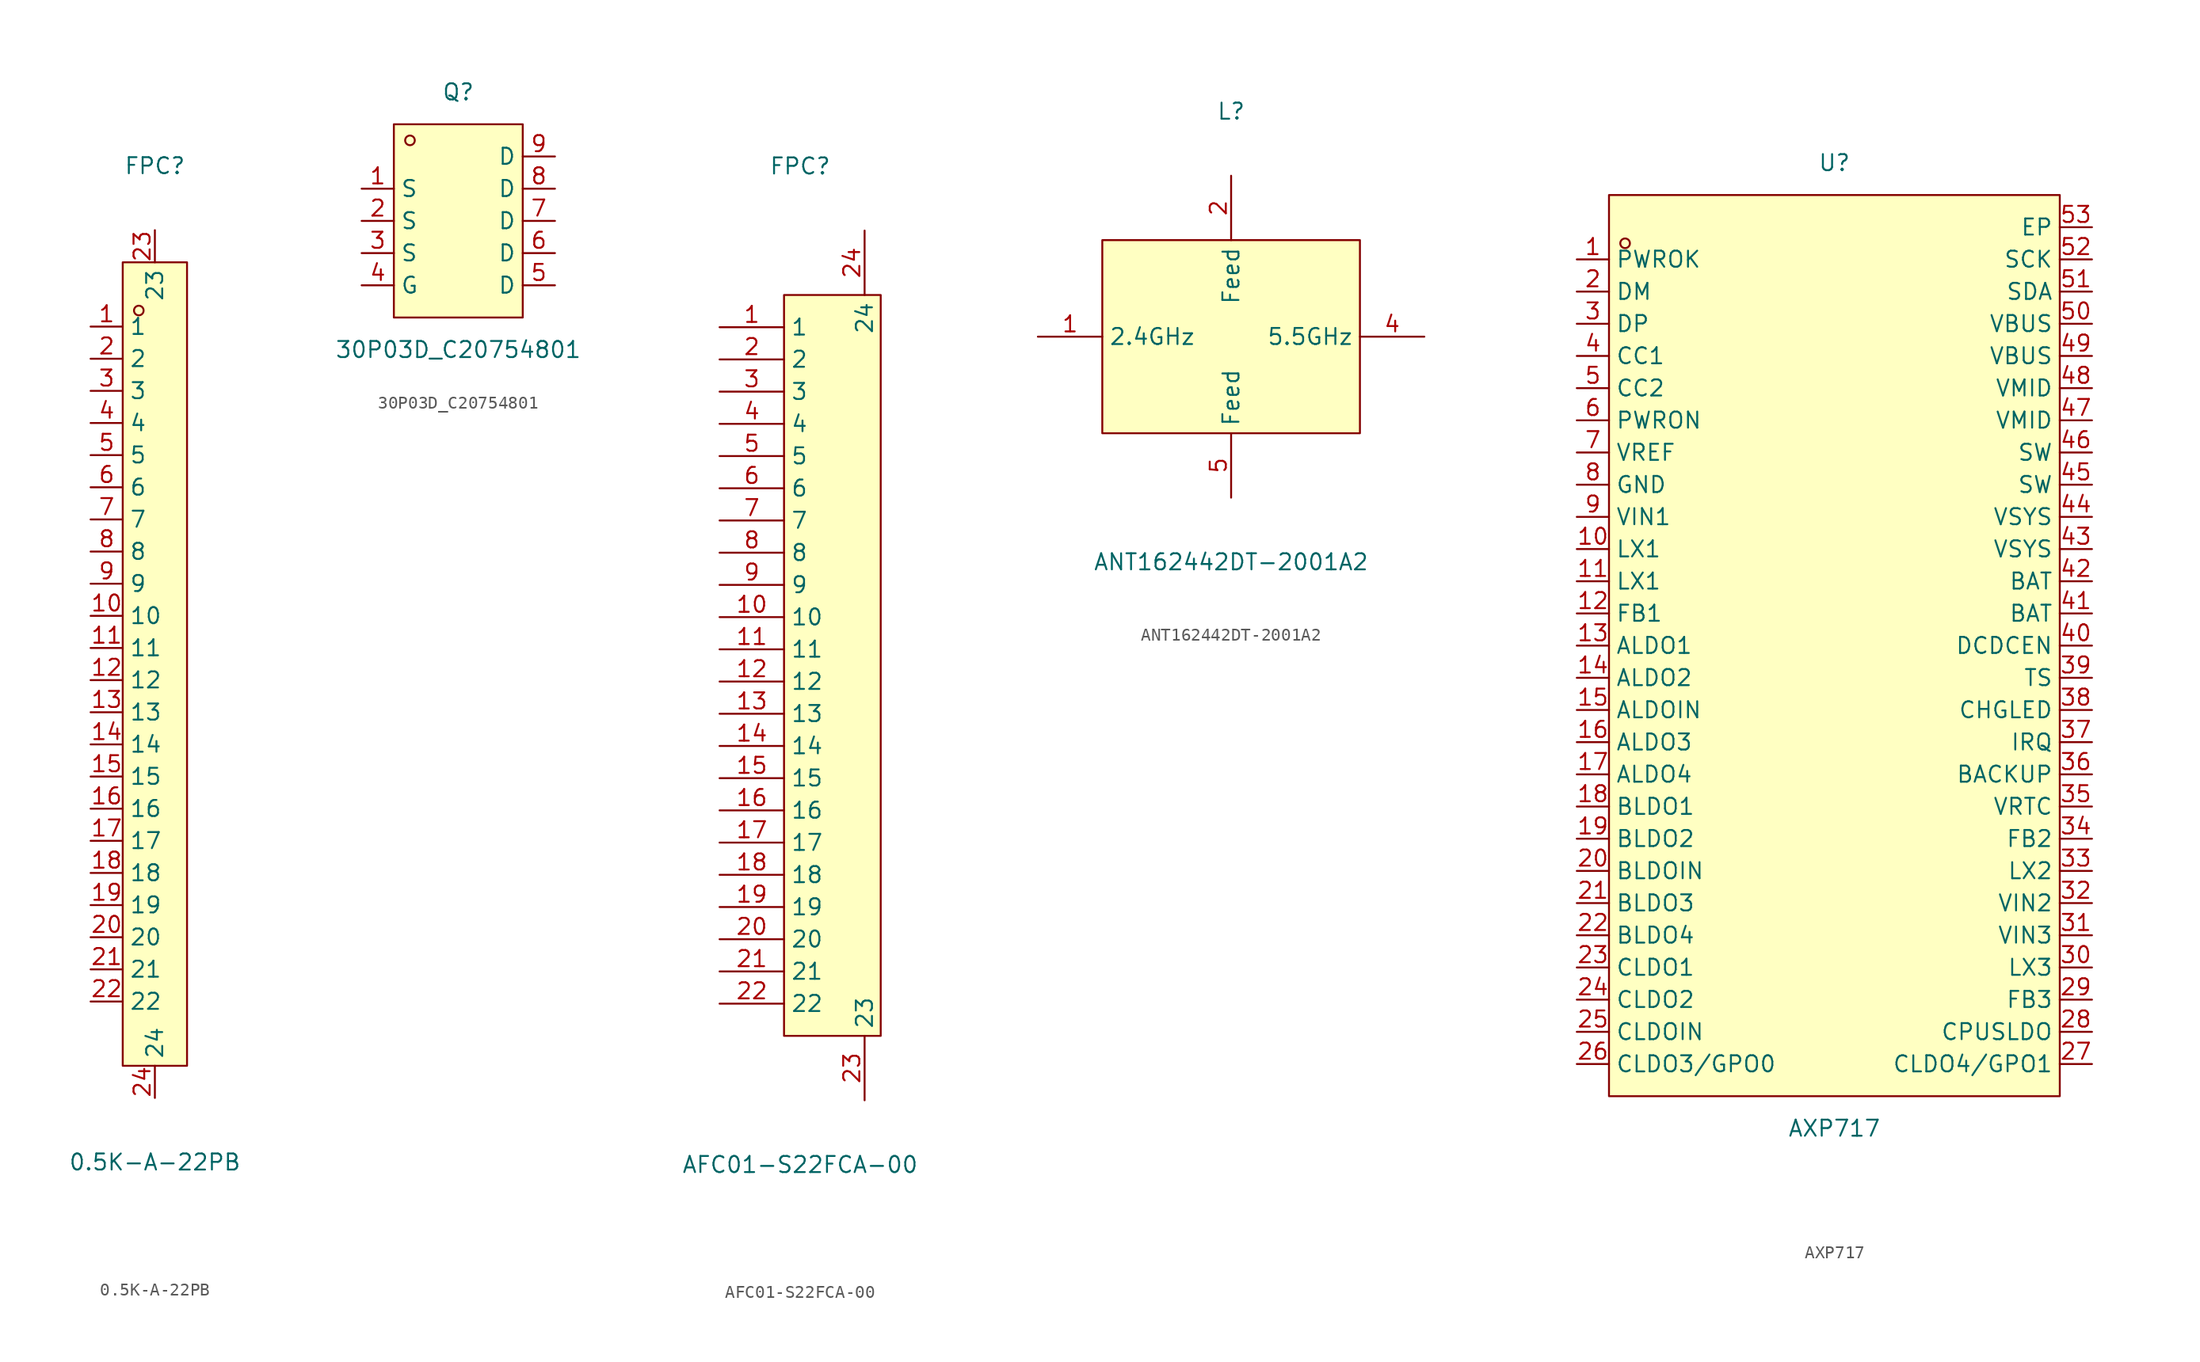
<source format=kicad_sym>
(kicad_symbol_lib
  (version 20241209)
  (generator "kicad_symbol_editor")
  (generator_version "9.0")
  (symbol "0.5K-A-22PB"
    (property "Reference" "FPC"
      (at 0 41.91 0)
      (effects (font (size 1.27 1.27))))
    (property "Value" "0.5K-A-22PB"
      (at 0 -36.83 0)
      (effects (font (size 1.27 1.27))))
    (symbol "0.5K-A-22PB_0_1"
      (rectangle (start -2.54 34.29) (end 2.54 -29.21) (stroke (width 0) (type default) (color 0 0 0 0)) (fill (type background)))
      (circle (center -1.27 30.48) (radius 0.38) (stroke (width 0) (type default) (color 0 0 0 0)) (fill (type none)))
      (pin unspecified line (at -5.08 29.21 0) (length 2.54) (name "1" (effects (font (size 1.27 1.27)))) (number "1" (effects (font (size 1.27 1.27)))))
      (pin unspecified line (at -5.08 26.67 0) (length 2.54) (name "2" (effects (font (size 1.27 1.27)))) (number "2" (effects (font (size 1.27 1.27)))))
      (pin unspecified line (at -5.08 24.13 0) (length 2.54) (name "3" (effects (font (size 1.27 1.27)))) (number "3" (effects (font (size 1.27 1.27)))))
      (pin unspecified line (at -5.08 21.59 0) (length 2.54) (name "4" (effects (font (size 1.27 1.27)))) (number "4" (effects (font (size 1.27 1.27)))))
      (pin unspecified line (at -5.08 19.05 0) (length 2.54) (name "5" (effects (font (size 1.27 1.27)))) (number "5" (effects (font (size 1.27 1.27)))))
      (pin unspecified line (at -5.08 16.51 0) (length 2.54) (name "6" (effects (font (size 1.27 1.27)))) (number "6" (effects (font (size 1.27 1.27)))))
      (pin unspecified line (at -5.08 13.97 0) (length 2.54) (name "7" (effects (font (size 1.27 1.27)))) (number "7" (effects (font (size 1.27 1.27)))))
      (pin unspecified line (at -5.08 11.43 0) (length 2.54) (name "8" (effects (font (size 1.27 1.27)))) (number "8" (effects (font (size 1.27 1.27)))))
      (pin unspecified line (at -5.08 8.89 0) (length 2.54) (name "9" (effects (font (size 1.27 1.27)))) (number "9" (effects (font (size 1.27 1.27)))))
      (pin unspecified line (at -5.08 6.35 0) (length 2.54) (name "10" (effects (font (size 1.27 1.27)))) (number "10" (effects (font (size 1.27 1.27)))))
      (pin unspecified line (at -5.08 3.81 0) (length 2.54) (name "11" (effects (font (size 1.27 1.27)))) (number "11" (effects (font (size 1.27 1.27)))))
      (pin unspecified line (at -5.08 1.27 0) (length 2.54) (name "12" (effects (font (size 1.27 1.27)))) (number "12" (effects (font (size 1.27 1.27)))))
      (pin unspecified line (at -5.08 -1.27 0) (length 2.54) (name "13" (effects (font (size 1.27 1.27)))) (number "13" (effects (font (size 1.27 1.27)))))
      (pin unspecified line (at -5.08 -3.81 0) (length 2.54) (name "14" (effects (font (size 1.27 1.27)))) (number "14" (effects (font (size 1.27 1.27)))))
      (pin unspecified line (at -5.08 -6.35 0) (length 2.54) (name "15" (effects (font (size 1.27 1.27)))) (number "15" (effects (font (size 1.27 1.27)))))
      (pin unspecified line (at -5.08 -8.89 0) (length 2.54) (name "16" (effects (font (size 1.27 1.27)))) (number "16" (effects (font (size 1.27 1.27)))))
      (pin unspecified line (at -5.08 -11.43 0) (length 2.54) (name "17" (effects (font (size 1.27 1.27)))) (number "17" (effects (font (size 1.27 1.27)))))
      (pin unspecified line (at -5.08 -13.97 0) (length 2.54) (name "18" (effects (font (size 1.27 1.27)))) (number "18" (effects (font (size 1.27 1.27)))))
      (pin unspecified line (at -5.08 -16.51 0) (length 2.54) (name "19" (effects (font (size 1.27 1.27)))) (number "19" (effects (font (size 1.27 1.27)))))
      (pin unspecified line (at -5.08 -19.05 0) (length 2.54) (name "20" (effects (font (size 1.27 1.27)))) (number "20" (effects (font (size 1.27 1.27)))))
      (pin unspecified line (at -5.08 -21.59 0) (length 2.54) (name "21" (effects (font (size 1.27 1.27)))) (number "21" (effects (font (size 1.27 1.27)))))
      (pin unspecified line (at -5.08 -24.13 0) (length 2.54) (name "22" (effects (font (size 1.27 1.27)))) (number "22" (effects (font (size 1.27 1.27)))))
      (pin unspecified line (at 0.00 36.83 270) (length 2.54) (name "23" (effects (font (size 1.27 1.27)))) (number "23" (effects (font (size 1.27 1.27)))))
      (pin unspecified line (at 0.00 -31.75 90) (length 2.54) (name "24" (effects (font (size 1.27 1.27)))) (number "24" (effects (font (size 1.27 1.27)))))))
  (symbol "30P03D_C20754801"
    (property "Reference" "Q"
      (at 0 10.16 0)
      (effects (font (size 1.27 1.27))))
    (property "Value" "30P03D_C20754801"
      (at 0 -10.16 0)
      (effects (font (size 1.27 1.27))))
    (symbol "30P03D_C20754801_0_1"
      (rectangle (start -5.08 7.62) (end 5.08 -7.62) (stroke (width 0) (type default) (color 0 0 0 0)) (fill (type background)))
      (circle (center -3.81 6.35) (radius 0.38) (stroke (width 0) (type default) (color 0 0 0 0)) (fill (type none)))
      (pin unspecified line (at -7.62 2.54 0) (length 2.54) (name "S" (effects (font (size 1.27 1.27)))) (number "1" (effects (font (size 1.27 1.27)))))
      (pin unspecified line (at -7.62 -0.00 0) (length 2.54) (name "S" (effects (font (size 1.27 1.27)))) (number "2" (effects (font (size 1.27 1.27)))))
      (pin unspecified line (at -7.62 -2.54 0) (length 2.54) (name "S" (effects (font (size 1.27 1.27)))) (number "3" (effects (font (size 1.27 1.27)))))
      (pin unspecified line (at -7.62 -5.08 0) (length 2.54) (name "G" (effects (font (size 1.27 1.27)))) (number "4" (effects (font (size 1.27 1.27)))))
      (pin unspecified line (at 7.62 -5.08 180) (length 2.54) (name "D" (effects (font (size 1.27 1.27)))) (number "5" (effects (font (size 1.27 1.27)))))
      (pin unspecified line (at 7.62 -2.54 180) (length 2.54) (name "D" (effects (font (size 1.27 1.27)))) (number "6" (effects (font (size 1.27 1.27)))))
      (pin unspecified line (at 7.62 -0.00 180) (length 2.54) (name "D" (effects (font (size 1.27 1.27)))) (number "7" (effects (font (size 1.27 1.27)))))
      (pin unspecified line (at 7.62 2.54 180) (length 2.54) (name "D" (effects (font (size 1.27 1.27)))) (number "8" (effects (font (size 1.27 1.27)))))
      (pin unspecified line (at 7.62 5.08 180) (length 2.54) (name "D" (effects (font (size 1.27 1.27)))) (number "9" (effects (font (size 1.27 1.27)))))))
  (symbol "AFC01-S22FCA-00"
    (property "Reference" "FPC"
      (at 0 39.37 0)
      (effects (font (size 1.27 1.27))))
    (property "Value" "AFC01-S22FCA-00"
      (at 0 -39.37 0)
      (effects (font (size 1.27 1.27))))
    (symbol "AFC01-S22FCA-00_0_1"
      (rectangle (start -1.27 29.21) (end 6.35 -29.21) (stroke (width 0) (type default) (color 0 0 0 0)) (fill (type background)))
      (pin unspecified line (at -6.35 26.67 0) (length 5.08) (name "1" (effects (font (size 1.27 1.27)))) (number "1" (effects (font (size 1.27 1.27)))))
      (pin unspecified line (at -6.35 24.13 0) (length 5.08) (name "2" (effects (font (size 1.27 1.27)))) (number "2" (effects (font (size 1.27 1.27)))))
      (pin unspecified line (at -6.35 21.59 0) (length 5.08) (name "3" (effects (font (size 1.27 1.27)))) (number "3" (effects (font (size 1.27 1.27)))))
      (pin unspecified line (at -6.35 19.05 0) (length 5.08) (name "4" (effects (font (size 1.27 1.27)))) (number "4" (effects (font (size 1.27 1.27)))))
      (pin unspecified line (at -6.35 16.51 0) (length 5.08) (name "5" (effects (font (size 1.27 1.27)))) (number "5" (effects (font (size 1.27 1.27)))))
      (pin unspecified line (at -6.35 13.97 0) (length 5.08) (name "6" (effects (font (size 1.27 1.27)))) (number "6" (effects (font (size 1.27 1.27)))))
      (pin unspecified line (at -6.35 11.43 0) (length 5.08) (name "7" (effects (font (size 1.27 1.27)))) (number "7" (effects (font (size 1.27 1.27)))))
      (pin unspecified line (at -6.35 8.89 0) (length 5.08) (name "8" (effects (font (size 1.27 1.27)))) (number "8" (effects (font (size 1.27 1.27)))))
      (pin unspecified line (at -6.35 6.35 0) (length 5.08) (name "9" (effects (font (size 1.27 1.27)))) (number "9" (effects (font (size 1.27 1.27)))))
      (pin unspecified line (at -6.35 3.81 0) (length 5.08) (name "10" (effects (font (size 1.27 1.27)))) (number "10" (effects (font (size 1.27 1.27)))))
      (pin unspecified line (at -6.35 1.27 0) (length 5.08) (name "11" (effects (font (size 1.27 1.27)))) (number "11" (effects (font (size 1.27 1.27)))))
      (pin unspecified line (at -6.35 -1.27 0) (length 5.08) (name "12" (effects (font (size 1.27 1.27)))) (number "12" (effects (font (size 1.27 1.27)))))
      (pin unspecified line (at -6.35 -3.81 0) (length 5.08) (name "13" (effects (font (size 1.27 1.27)))) (number "13" (effects (font (size 1.27 1.27)))))
      (pin unspecified line (at -6.35 -6.35 0) (length 5.08) (name "14" (effects (font (size 1.27 1.27)))) (number "14" (effects (font (size 1.27 1.27)))))
      (pin unspecified line (at -6.35 -8.89 0) (length 5.08) (name "15" (effects (font (size 1.27 1.27)))) (number "15" (effects (font (size 1.27 1.27)))))
      (pin unspecified line (at -6.35 -11.43 0) (length 5.08) (name "16" (effects (font (size 1.27 1.27)))) (number "16" (effects (font (size 1.27 1.27)))))
      (pin unspecified line (at -6.35 -13.97 0) (length 5.08) (name "17" (effects (font (size 1.27 1.27)))) (number "17" (effects (font (size 1.27 1.27)))))
      (pin unspecified line (at -6.35 -16.51 0) (length 5.08) (name "18" (effects (font (size 1.27 1.27)))) (number "18" (effects (font (size 1.27 1.27)))))
      (pin unspecified line (at -6.35 -19.05 0) (length 5.08) (name "19" (effects (font (size 1.27 1.27)))) (number "19" (effects (font (size 1.27 1.27)))))
      (pin unspecified line (at -6.35 -21.59 0) (length 5.08) (name "20" (effects (font (size 1.27 1.27)))) (number "20" (effects (font (size 1.27 1.27)))))
      (pin unspecified line (at -6.35 -24.13 0) (length 5.08) (name "21" (effects (font (size 1.27 1.27)))) (number "21" (effects (font (size 1.27 1.27)))))
      (pin unspecified line (at -6.35 -26.67 0) (length 5.08) (name "22" (effects (font (size 1.27 1.27)))) (number "22" (effects (font (size 1.27 1.27)))))
      (pin unspecified line (at 5.08 -34.29 90) (length 5.08) (name "23" (effects (font (size 1.27 1.27)))) (number "23" (effects (font (size 1.27 1.27)))))
      (pin unspecified line (at 5.08 34.29 270) (length 5.08) (name "24" (effects (font (size 1.27 1.27)))) (number "24" (effects (font (size 1.27 1.27)))))))
  (symbol "ANT162442DT-2001A2"
    (property "Reference" "L"
      (at 0 17.78 0)
      (effects (font (size 1.27 1.27))))
    (property "Value" "ANT162442DT-2001A2"
      (at 0 -17.78 0)
      (effects (font (size 1.27 1.27))))
    (symbol "ANT162442DT-2001A2_0_1"
      (rectangle (start -10.16 7.62) (end 10.16 -7.62) (stroke (width 0) (type default)) (fill (type background)))
      (pin unspecified line (at -15.24 0 0) (length 5.08) (name "2.4GHz" (effects (font (size 1.27 1.27)))) (number "1" (effects (font (size 1.27 1.27)))))
      (pin unspecified line (at 0 12.7 270) (length 5.08) (name "Feed" (effects (font (size 1.27 1.27)))) (number "2" (effects (font (size 1.27 1.27)))))
      (pin unspecified line (at 0 -12.7 90) (length 5.08) (name "Feed" (effects (font (size 1.27 1.27)))) (number "5" (effects (font (size 1.27 1.27)))))
      (pin unspecified line (at 15.24 0 180) (length 5.08) (name "5.5GHz" (effects (font (size 1.27 1.27)))) (number "4" (effects (font (size 1.27 1.27)))))))
  (symbol "AXP717"
    (property "Reference" "U"
      (at 0 38.1 0)
      (effects (font (size 1.27 1.27))))
    (property "Value" "AXP717"
      (at 0 -38.1 0)
      (effects (font (size 1.27 1.27))))
    (symbol "AXP717_0_1"
      (rectangle (start -17.78 35.56) (end 17.78 -35.56) (stroke (width 0) (type default)) (fill (type background)))
      (circle (center -16.51 31.75) (radius 0.38) (stroke (width 0) (type default)) (fill (type none)))
      (pin unspecified line (at -20.32 30.48 0) (length 2.54) (name "PWROK" (effects (font (size 1.27 1.27)))) (number "1" (effects (font (size 1.27 1.27)))))
      (pin unspecified line (at -20.32 27.94 0) (length 2.54) (name "DM" (effects (font (size 1.27 1.27)))) (number "2" (effects (font (size 1.27 1.27)))))
      (pin unspecified line (at -20.32 25.4 0) (length 2.54) (name "DP" (effects (font (size 1.27 1.27)))) (number "3" (effects (font (size 1.27 1.27)))))
      (pin unspecified line (at -20.32 22.86 0) (length 2.54) (name "CC1" (effects (font (size 1.27 1.27)))) (number "4" (effects (font (size 1.27 1.27)))))
      (pin unspecified line (at -20.32 20.32 0) (length 2.54) (name "CC2" (effects (font (size 1.27 1.27)))) (number "5" (effects (font (size 1.27 1.27)))))
      (pin unspecified line (at -20.32 17.78 0) (length 2.54) (name "PWRON" (effects (font (size 1.27 1.27)))) (number "6" (effects (font (size 1.27 1.27)))))
      (pin unspecified line (at -20.32 15.24 0) (length 2.54) (name "VREF" (effects (font (size 1.27 1.27)))) (number "7" (effects (font (size 1.27 1.27)))))
      (pin unspecified line (at -20.32 12.7 0) (length 2.54) (name "GND" (effects (font (size 1.27 1.27)))) (number "8" (effects (font (size 1.27 1.27)))))
      (pin unspecified line (at -20.32 10.16 0) (length 2.54) (name "VIN1" (effects (font (size 1.27 1.27)))) (number "9" (effects (font (size 1.27 1.27)))))
      (pin unspecified line (at -20.32 7.62 0) (length 2.54) (name "LX1" (effects (font (size 1.27 1.27)))) (number "10" (effects (font (size 1.27 1.27)))))
      (pin unspecified line (at -20.32 5.08 0) (length 2.54) (name "LX1" (effects (font (size 1.27 1.27)))) (number "11" (effects (font (size 1.27 1.27)))))
      (pin unspecified line (at -20.32 2.54 0) (length 2.54) (name "FB1" (effects (font (size 1.27 1.27)))) (number "12" (effects (font (size 1.27 1.27)))))
      (pin unspecified line (at -20.32 0 0) (length 2.54) (name "ALDO1" (effects (font (size 1.27 1.27)))) (number "13" (effects (font (size 1.27 1.27)))))
      (pin unspecified line (at -20.32 -2.54 0) (length 2.54) (name "ALDO2" (effects (font (size 1.27 1.27)))) (number "14" (effects (font (size 1.27 1.27)))))
      (pin unspecified line (at -20.32 -5.08 0) (length 2.54) (name "ALDOIN" (effects (font (size 1.27 1.27)))) (number "15" (effects (font (size 1.27 1.27)))))
      (pin unspecified line (at -20.32 -7.62 0) (length 2.54) (name "ALDO3" (effects (font (size 1.27 1.27)))) (number "16" (effects (font (size 1.27 1.27)))))
      (pin unspecified line (at -20.32 -10.16 0) (length 2.54) (name "ALDO4" (effects (font (size 1.27 1.27)))) (number "17" (effects (font (size 1.27 1.27)))))
      (pin unspecified line (at -20.32 -12.7 0) (length 2.54) (name "BLDO1" (effects (font (size 1.27 1.27)))) (number "18" (effects (font (size 1.27 1.27)))))
      (pin unspecified line (at -20.32 -15.24 0) (length 2.54) (name "BLDO2" (effects (font (size 1.27 1.27)))) (number "19" (effects (font (size 1.27 1.27)))))
      (pin unspecified line (at -20.32 -17.78 0) (length 2.54) (name "BLDOIN" (effects (font (size 1.27 1.27)))) (number "20" (effects (font (size 1.27 1.27)))))
      (pin unspecified line (at -20.32 -20.32 0) (length 2.54) (name "BLDO3" (effects (font (size 1.27 1.27)))) (number "21" (effects (font (size 1.27 1.27)))))
      (pin unspecified line (at -20.32 -22.86 0) (length 2.54) (name "BLDO4" (effects (font (size 1.27 1.27)))) (number "22" (effects (font (size 1.27 1.27)))))
      (pin unspecified line (at -20.32 -25.4 0) (length 2.54) (name "CLDO1" (effects (font (size 1.27 1.27)))) (number "23" (effects (font (size 1.27 1.27)))))
      (pin unspecified line (at -20.32 -27.94 0) (length 2.54) (name "CLDO2" (effects (font (size 1.27 1.27)))) (number "24" (effects (font (size 1.27 1.27)))))
      (pin unspecified line (at -20.32 -30.48 0) (length 2.54) (name "CLDOIN" (effects (font (size 1.27 1.27)))) (number "25" (effects (font (size 1.27 1.27)))))
      (pin unspecified line (at -20.32 -33.02 0) (length 2.54) (name "CLDO3/GPO0" (effects (font (size 1.27 1.27)))) (number "26" (effects (font (size 1.27 1.27)))))
      (pin unspecified line (at 20.32 33.02 180) (length 2.54) (name "EP" (effects (font (size 1.27 1.27)))) (number "53" (effects (font (size 1.27 1.27)))))
      (pin unspecified line (at 20.32 30.48 180) (length 2.54) (name "SCK" (effects (font (size 1.27 1.27)))) (number "52" (effects (font (size 1.27 1.27)))))
      (pin unspecified line (at 20.32 27.94 180) (length 2.54) (name "SDA" (effects (font (size 1.27 1.27)))) (number "51" (effects (font (size 1.27 1.27)))))
      (pin unspecified line (at 20.32 25.4 180) (length 2.54) (name "VBUS" (effects (font (size 1.27 1.27)))) (number "50" (effects (font (size 1.27 1.27)))))
      (pin unspecified line (at 20.32 22.86 180) (length 2.54) (name "VBUS" (effects (font (size 1.27 1.27)))) (number "49" (effects (font (size 1.27 1.27)))))
      (pin unspecified line (at 20.32 20.32 180) (length 2.54) (name "VMID" (effects (font (size 1.27 1.27)))) (number "48" (effects (font (size 1.27 1.27)))))
      (pin unspecified line (at 20.32 17.78 180) (length 2.54) (name "VMID" (effects (font (size 1.27 1.27)))) (number "47" (effects (font (size 1.27 1.27)))))
      (pin unspecified line (at 20.32 15.24 180) (length 2.54) (name "SW" (effects (font (size 1.27 1.27)))) (number "46" (effects (font (size 1.27 1.27)))))
      (pin unspecified line (at 20.32 12.7 180) (length 2.54) (name "SW" (effects (font (size 1.27 1.27)))) (number "45" (effects (font (size 1.27 1.27)))))
      (pin unspecified line (at 20.32 10.16 180) (length 2.54) (name "VSYS" (effects (font (size 1.27 1.27)))) (number "44" (effects (font (size 1.27 1.27)))))
      (pin unspecified line (at 20.32 7.62 180) (length 2.54) (name "VSYS" (effects (font (size 1.27 1.27)))) (number "43" (effects (font (size 1.27 1.27)))))
      (pin unspecified line (at 20.32 5.08 180) (length 2.54) (name "BAT" (effects (font (size 1.27 1.27)))) (number "42" (effects (font (size 1.27 1.27)))))
      (pin unspecified line (at 20.32 2.54 180) (length 2.54) (name "BAT" (effects (font (size 1.27 1.27)))) (number "41" (effects (font (size 1.27 1.27)))))
      (pin unspecified line (at 20.32 0 180) (length 2.54) (name "DCDCEN" (effects (font (size 1.27 1.27)))) (number "40" (effects (font (size 1.27 1.27)))))
      (pin unspecified line (at 20.32 -2.54 180) (length 2.54) (name "TS" (effects (font (size 1.27 1.27)))) (number "39" (effects (font (size 1.27 1.27)))))
      (pin unspecified line (at 20.32 -5.08 180) (length 2.54) (name "CHGLED" (effects (font (size 1.27 1.27)))) (number "38" (effects (font (size 1.27 1.27)))))
      (pin unspecified line (at 20.32 -7.62 180) (length 2.54) (name "IRQ" (effects (font (size 1.27 1.27)))) (number "37" (effects (font (size 1.27 1.27)))))
      (pin unspecified line (at 20.32 -10.16 180) (length 2.54) (name "BACKUP" (effects (font (size 1.27 1.27)))) (number "36" (effects (font (size 1.27 1.27)))))
      (pin unspecified line (at 20.32 -12.7 180) (length 2.54) (name "VRTC" (effects (font (size 1.27 1.27)))) (number "35" (effects (font (size 1.27 1.27)))))
      (pin unspecified line (at 20.32 -15.24 180) (length 2.54) (name "FB2" (effects (font (size 1.27 1.27)))) (number "34" (effects (font (size 1.27 1.27)))))
      (pin unspecified line (at 20.32 -17.78 180) (length 2.54) (name "LX2" (effects (font (size 1.27 1.27)))) (number "33" (effects (font (size 1.27 1.27)))))
      (pin unspecified line (at 20.32 -20.32 180) (length 2.54) (name "VIN2" (effects (font (size 1.27 1.27)))) (number "32" (effects (font (size 1.27 1.27)))))
      (pin unspecified line (at 20.32 -22.86 180) (length 2.54) (name "VIN3" (effects (font (size 1.27 1.27)))) (number "31" (effects (font (size 1.27 1.27)))))
      (pin unspecified line (at 20.32 -25.4 180) (length 2.54) (name "LX3" (effects (font (size 1.27 1.27)))) (number "30" (effects (font (size 1.27 1.27)))))
      (pin unspecified line (at 20.32 -27.94 180) (length 2.54) (name "FB3" (effects (font (size 1.27 1.27)))) (number "29" (effects (font (size 1.27 1.27)))))
      (pin unspecified line (at 20.32 -30.48 180) (length 2.54) (name "CPUSLDO" (effects (font (size 1.27 1.27)))) (number "28" (effects (font (size 1.27 1.27)))))
      (pin unspecified line (at 20.32 -33.02 180) (length 2.54) (name "CLDO4/GPO1" (effects (font (size 1.27 1.27)))) (number "27" (effects (font (size 1.27 1.27))))))))
</source>
